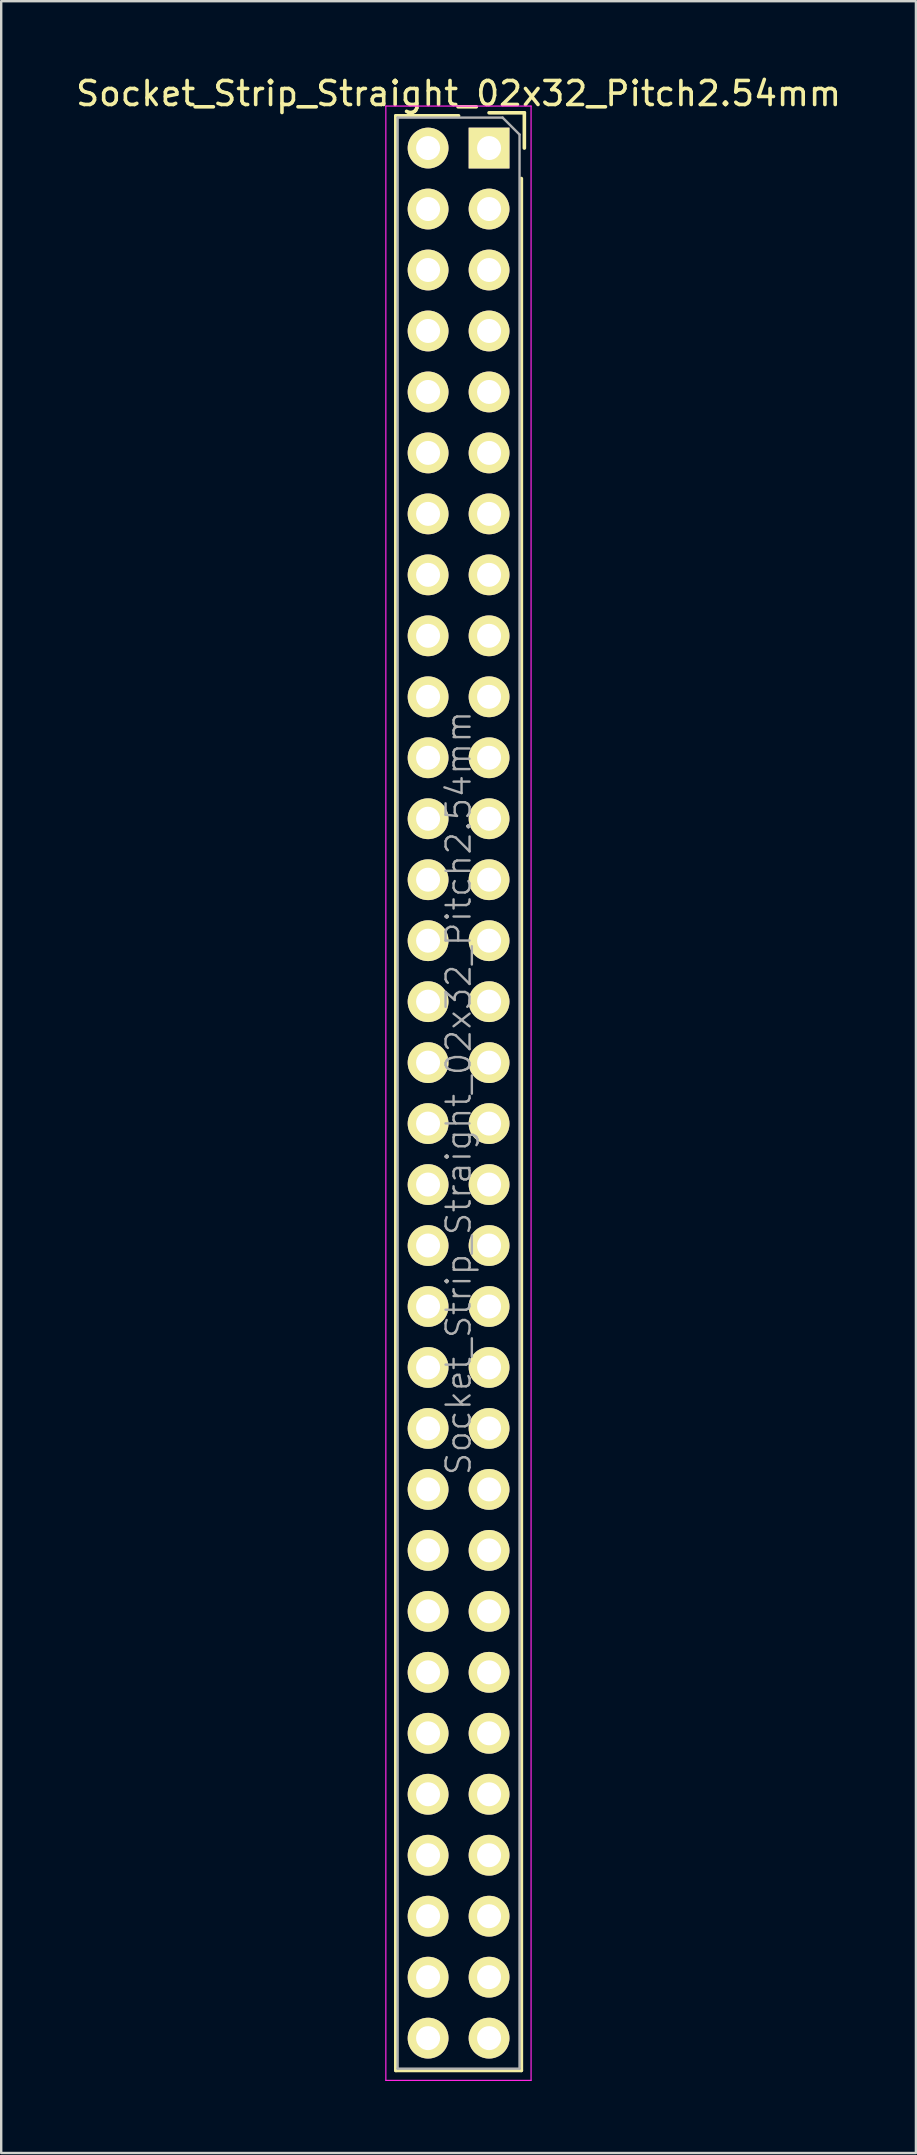
<source format=kicad_pcb>
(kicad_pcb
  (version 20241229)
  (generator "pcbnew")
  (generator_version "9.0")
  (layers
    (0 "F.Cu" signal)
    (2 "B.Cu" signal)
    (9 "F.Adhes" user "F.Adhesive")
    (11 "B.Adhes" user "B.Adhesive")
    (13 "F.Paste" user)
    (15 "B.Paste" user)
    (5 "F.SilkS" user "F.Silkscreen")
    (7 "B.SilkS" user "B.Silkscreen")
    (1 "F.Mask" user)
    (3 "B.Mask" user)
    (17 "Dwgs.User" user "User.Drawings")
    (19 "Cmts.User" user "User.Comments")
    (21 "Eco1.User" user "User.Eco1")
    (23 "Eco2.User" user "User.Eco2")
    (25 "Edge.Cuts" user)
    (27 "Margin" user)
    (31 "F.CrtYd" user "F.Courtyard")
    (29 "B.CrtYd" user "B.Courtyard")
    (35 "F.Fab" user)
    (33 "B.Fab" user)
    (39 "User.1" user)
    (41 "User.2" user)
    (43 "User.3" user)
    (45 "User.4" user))
  (footprint "Socket_Strip_Straight_02x32_Pitch2.54mm"
    (layer "F.Cu")
    (at 17.324 3.118)
    (property "Reference" "Socket_Strip_Straight_02x32_Pitch2.54mm" (at -1.27 -2.27 0) (layer "F.SilkS") (effects (font (size 1 1) (thickness 0.15))))
    (attr smd)
    (fp_line (start -3.885 -1.345) (end -3.885 80.085) (stroke (width 0.15) (type solid)) (layer "F.SilkS"))
    (fp_line (start -1.27 -1.345) (end -3.885 -1.345) (stroke (width 0.15) (type solid)) (layer "F.SilkS"))
    (fp_line (start 1.345 1.27) (end 1.345 80.085) (stroke (width 0.15) (type solid)) (layer "F.SilkS"))
    (fp_line (start 1.345 80.085) (end -3.885 80.085) (stroke (width 0.15) (type solid)) (layer "F.SilkS"))
    (fp_line (start 1.47 -1.47) (end 0 -1.47) (stroke (width 0.15) (type solid)) (layer "F.SilkS"))
    (fp_line (start 1.47 -1.47) (end 1.47 0) (stroke (width 0.15) (type solid)) (layer "F.SilkS"))
    (fp_line (start -4.3 -1.75) (end -4.3 80.5) (stroke (width 0.05) (type solid)) (layer "F.CrtYd"))
    (fp_line (start 1.75 -1.75) (end -4.3 -1.75) (stroke (width 0.05) (type solid)) (layer "F.CrtYd"))
    (fp_line (start 1.75 -1.75) (end 1.75 80.5) (stroke (width 0.05) (type solid)) (layer "F.CrtYd"))
    (fp_line (start 1.75 80.5) (end -4.3 80.5) (stroke (width 0.05) (type solid)) (layer "F.CrtYd"))
    (fp_line (start -3.81 -1.27) (end 0.563 -1.27) (stroke (width 0.1) (type solid)) (layer "F.Fab"))
    (fp_line (start -3.81 80.01) (end -3.81 -1.27) (stroke (width 0.1) (type solid)) (layer "F.Fab"))
    (fp_line (start -3.81 80.01) (end 1.27 80.01) (stroke (width 0.1) (type solid)) (layer "F.Fab"))
    (fp_line (start 1.27 -0.563) (end 0.563 -1.27) (stroke (width 0.1) (type solid)) (layer "F.Fab"))
    (fp_line (start 1.27 80.01) (end 1.27 -0.563) (stroke (width 0.1) (type solid)) (layer "F.Fab"))
    (fp_text user "${REFERENCE}" (at -1.27 39.37 90) (layer "F.Fab") (effects (font (size 1 1) (thickness 0.1))))
    (pad "1" thru_hole rect (at 0 0) (size 1.7 1.7) (drill 1) (layers "*.Cu" "*.Mask" "F.SilkS"))
    (pad "2" thru_hole oval (at -2.54 0) (size 1.7 1.7) (drill 1) (layers "*.Cu" "*.Mask" "F.SilkS"))
    (pad "3" thru_hole oval (at 0 2.54) (size 1.7 1.7) (drill 1) (layers "*.Cu" "*.Mask" "F.SilkS"))
    (pad "4" thru_hole oval (at -2.54 2.54) (size 1.7 1.7) (drill 1) (layers "*.Cu" "*.Mask" "F.SilkS"))
    (pad "5" thru_hole oval (at 0 5.08) (size 1.7 1.7) (drill 1) (layers "*.Cu" "*.Mask" "F.SilkS"))
    (pad "6" thru_hole oval (at -2.54 5.08) (size 1.7 1.7) (drill 1) (layers "*.Cu" "*.Mask" "F.SilkS"))
    (pad "7" thru_hole oval (at 0 7.62) (size 1.7 1.7) (drill 1) (layers "*.Cu" "*.Mask" "F.SilkS"))
    (pad "8" thru_hole oval (at -2.54 7.62) (size 1.7 1.7) (drill 1) (layers "*.Cu" "*.Mask" "F.SilkS"))
    (pad "9" thru_hole oval (at 0 10.16) (size 1.7 1.7) (drill 1) (layers "*.Cu" "*.Mask" "F.SilkS"))
    (pad "10" thru_hole oval (at -2.54 10.16) (size 1.7 1.7) (drill 1) (layers "*.Cu" "*.Mask" "F.SilkS"))
    (pad "11" thru_hole oval (at 0 12.7) (size 1.7 1.7) (drill 1) (layers "*.Cu" "*.Mask" "F.SilkS"))
    (pad "12" thru_hole oval (at -2.54 12.7) (size 1.7 1.7) (drill 1) (layers "*.Cu" "*.Mask" "F.SilkS"))
    (pad "13" thru_hole oval (at 0 15.24) (size 1.7 1.7) (drill 1) (layers "*.Cu" "*.Mask" "F.SilkS"))
    (pad "14" thru_hole oval (at -2.54 15.24) (size 1.7 1.7) (drill 1) (layers "*.Cu" "*.Mask" "F.SilkS"))
    (pad "15" thru_hole oval (at 0 17.78) (size 1.7 1.7) (drill 1) (layers "*.Cu" "*.Mask" "F.SilkS"))
    (pad "16" thru_hole oval (at -2.54 17.78) (size 1.7 1.7) (drill 1) (layers "*.Cu" "*.Mask" "F.SilkS"))
    (pad "17" thru_hole oval (at 0 20.32) (size 1.7 1.7) (drill 1) (layers "*.Cu" "*.Mask" "F.SilkS"))
    (pad "18" thru_hole oval (at -2.54 20.32) (size 1.7 1.7) (drill 1) (layers "*.Cu" "*.Mask" "F.SilkS"))
    (pad "19" thru_hole oval (at 0 22.86) (size 1.7 1.7) (drill 1) (layers "*.Cu" "*.Mask" "F.SilkS"))
    (pad "20" thru_hole oval (at -2.54 22.86) (size 1.7 1.7) (drill 1) (layers "*.Cu" "*.Mask" "F.SilkS"))
    (pad "21" thru_hole oval (at 0 25.4) (size 1.7 1.7) (drill 1) (layers "*.Cu" "*.Mask" "F.SilkS"))
    (pad "22" thru_hole oval (at -2.54 25.4) (size 1.7 1.7) (drill 1) (layers "*.Cu" "*.Mask" "F.SilkS"))
    (pad "23" thru_hole oval (at 0 27.94) (size 1.7 1.7) (drill 1) (layers "*.Cu" "*.Mask" "F.SilkS"))
    (pad "24" thru_hole oval (at -2.54 27.94) (size 1.7 1.7) (drill 1) (layers "*.Cu" "*.Mask" "F.SilkS"))
    (pad "25" thru_hole oval (at 0 30.48) (size 1.7 1.7) (drill 1) (layers "*.Cu" "*.Mask" "F.SilkS"))
    (pad "26" thru_hole oval (at -2.54 30.48) (size 1.7 1.7) (drill 1) (layers "*.Cu" "*.Mask" "F.SilkS"))
    (pad "27" thru_hole oval (at 0 33.02) (size 1.7 1.7) (drill 1) (layers "*.Cu" "*.Mask" "F.SilkS"))
    (pad "28" thru_hole oval (at -2.54 33.02) (size 1.7 1.7) (drill 1) (layers "*.Cu" "*.Mask" "F.SilkS"))
    (pad "29" thru_hole oval (at 0 35.56) (size 1.7 1.7) (drill 1) (layers "*.Cu" "*.Mask" "F.SilkS"))
    (pad "30" thru_hole oval (at -2.54 35.56) (size 1.7 1.7) (drill 1) (layers "*.Cu" "*.Mask" "F.SilkS"))
    (pad "31" thru_hole oval (at 0 38.1) (size 1.7 1.7) (drill 1) (layers "*.Cu" "*.Mask" "F.SilkS"))
    (pad "32" thru_hole oval (at -2.54 38.1) (size 1.7 1.7) (drill 1) (layers "*.Cu" "*.Mask" "F.SilkS"))
    (pad "33" thru_hole oval (at 0 40.64) (size 1.7 1.7) (drill 1) (layers "*.Cu" "*.Mask" "F.SilkS"))
    (pad "34" thru_hole oval (at -2.54 40.64) (size 1.7 1.7) (drill 1) (layers "*.Cu" "*.Mask" "F.SilkS"))
    (pad "35" thru_hole oval (at 0 43.18) (size 1.7 1.7) (drill 1) (layers "*.Cu" "*.Mask" "F.SilkS"))
    (pad "36" thru_hole oval (at -2.54 43.18) (size 1.7 1.7) (drill 1) (layers "*.Cu" "*.Mask" "F.SilkS"))
    (pad "37" thru_hole oval (at 0 45.72) (size 1.7 1.7) (drill 1) (layers "*.Cu" "*.Mask" "F.SilkS"))
    (pad "38" thru_hole oval (at -2.54 45.72) (size 1.7 1.7) (drill 1) (layers "*.Cu" "*.Mask" "F.SilkS"))
    (pad "39" thru_hole oval (at 0 48.26) (size 1.7 1.7) (drill 1) (layers "*.Cu" "*.Mask" "F.SilkS"))
    (pad "40" thru_hole oval (at -2.54 48.26) (size 1.7 1.7) (drill 1) (layers "*.Cu" "*.Mask" "F.SilkS"))
    (pad "41" thru_hole oval (at 0 50.8) (size 1.7 1.7) (drill 1) (layers "*.Cu" "*.Mask" "F.SilkS"))
    (pad "42" thru_hole oval (at -2.54 50.8) (size 1.7 1.7) (drill 1) (layers "*.Cu" "*.Mask" "F.SilkS"))
    (pad "43" thru_hole oval (at 0 53.34) (size 1.7 1.7) (drill 1) (layers "*.Cu" "*.Mask" "F.SilkS"))
    (pad "44" thru_hole oval (at -2.54 53.34) (size 1.7 1.7) (drill 1) (layers "*.Cu" "*.Mask" "F.SilkS"))
    (pad "45" thru_hole oval (at 0 55.88) (size 1.7 1.7) (drill 1) (layers "*.Cu" "*.Mask" "F.SilkS"))
    (pad "46" thru_hole oval (at -2.54 55.88) (size 1.7 1.7) (drill 1) (layers "*.Cu" "*.Mask" "F.SilkS"))
    (pad "47" thru_hole oval (at 0 58.42) (size 1.7 1.7) (drill 1) (layers "*.Cu" "*.Mask" "F.SilkS"))
    (pad "48" thru_hole oval (at -2.54 58.42) (size 1.7 1.7) (drill 1) (layers "*.Cu" "*.Mask" "F.SilkS"))
    (pad "49" thru_hole oval (at 0 60.96) (size 1.7 1.7) (drill 1) (layers "*.Cu" "*.Mask" "F.SilkS"))
    (pad "50" thru_hole oval (at -2.54 60.96) (size 1.7 1.7) (drill 1) (layers "*.Cu" "*.Mask" "F.SilkS"))
    (pad "51" thru_hole oval (at 0 63.5) (size 1.7 1.7) (drill 1) (layers "*.Cu" "*.Mask" "F.SilkS"))
    (pad "52" thru_hole oval (at -2.54 63.5) (size 1.7 1.7) (drill 1) (layers "*.Cu" "*.Mask" "F.SilkS"))
    (pad "53" thru_hole oval (at 0 66.04) (size 1.7 1.7) (drill 1) (layers "*.Cu" "*.Mask" "F.SilkS"))
    (pad "54" thru_hole oval (at -2.54 66.04) (size 1.7 1.7) (drill 1) (layers "*.Cu" "*.Mask" "F.SilkS"))
    (pad "55" thru_hole oval (at 0 68.58) (size 1.7 1.7) (drill 1) (layers "*.Cu" "*.Mask" "F.SilkS"))
    (pad "56" thru_hole oval (at -2.54 68.58) (size 1.7 1.7) (drill 1) (layers "*.Cu" "*.Mask" "F.SilkS"))
    (pad "57" thru_hole oval (at 0 71.12) (size 1.7 1.7) (drill 1) (layers "*.Cu" "*.Mask" "F.SilkS"))
    (pad "58" thru_hole oval (at -2.54 71.12) (size 1.7 1.7) (drill 1) (layers "*.Cu" "*.Mask" "F.SilkS"))
    (pad "59" thru_hole oval (at 0 73.66) (size 1.7 1.7) (drill 1) (layers "*.Cu" "*.Mask" "F.SilkS"))
    (pad "60" thru_hole oval (at -2.54 73.66) (size 1.7 1.7) (drill 1) (layers "*.Cu" "*.Mask" "F.SilkS"))
    (pad "61" thru_hole oval (at 0 76.2) (size 1.7 1.7) (drill 1) (layers "*.Cu" "*.Mask" "F.SilkS"))
    (pad "62" thru_hole oval (at -2.54 76.2) (size 1.7 1.7) (drill 1) (layers "*.Cu" "*.Mask" "F.SilkS"))
    (pad "63" thru_hole oval (at 0 78.74) (size 1.7 1.7) (drill 1) (layers "*.Cu" "*.Mask" "F.SilkS"))
    (pad "64" thru_hole oval (at -2.54 78.74) (size 1.7 1.7) (drill 1) (layers "*.Cu" "*.Mask" "F.SilkS")))
  (gr_rect
    (start -3 -3)
    (end 35.107 86.643)
    (stroke (width 0.1) (type default))
    (fill no)
    (layer "Edge.Cuts")))
</source>
